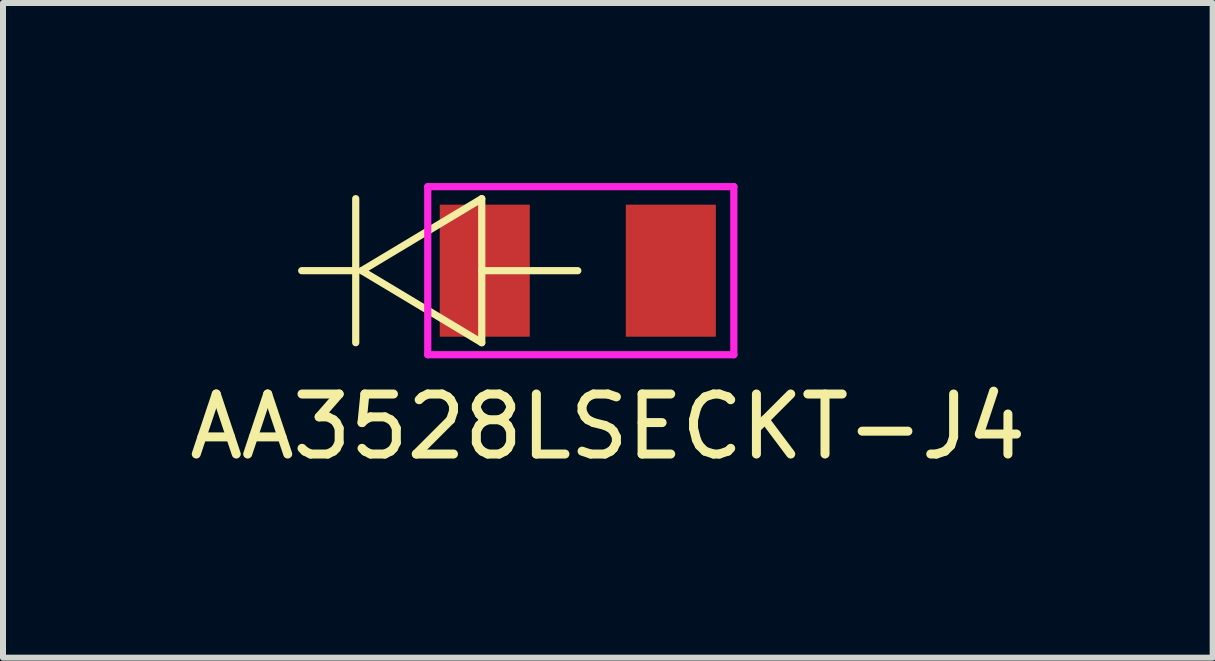
<source format=kicad_pcb>
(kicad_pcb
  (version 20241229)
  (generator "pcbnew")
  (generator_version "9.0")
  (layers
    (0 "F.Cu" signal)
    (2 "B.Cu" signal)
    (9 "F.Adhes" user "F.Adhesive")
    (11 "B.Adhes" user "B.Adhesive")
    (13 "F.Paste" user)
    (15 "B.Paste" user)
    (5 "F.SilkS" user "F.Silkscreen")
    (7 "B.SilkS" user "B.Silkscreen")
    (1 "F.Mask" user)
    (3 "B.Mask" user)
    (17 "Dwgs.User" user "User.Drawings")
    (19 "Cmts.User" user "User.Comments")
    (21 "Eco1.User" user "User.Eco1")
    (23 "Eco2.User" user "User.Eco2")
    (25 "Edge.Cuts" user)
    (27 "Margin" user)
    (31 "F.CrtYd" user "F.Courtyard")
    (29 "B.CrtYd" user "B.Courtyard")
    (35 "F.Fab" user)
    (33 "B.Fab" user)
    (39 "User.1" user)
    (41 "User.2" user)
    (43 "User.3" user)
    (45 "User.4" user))
  (footprint "AA3528LSECKT-J4"
    (layer "F.Cu")
    (at 6.577 1.46)
    (property "Reference" "AA3528LSECKT-J4" (at 0.5 2.6 0) (layer "F.SilkS") (effects (font (size 1 1) (thickness 0.15))))
    (attr through_hole)
    (fp_line (start -3.7 -1.2) (end -3.7 1.2) (stroke (width 0.12) (type solid)) (layer "F.SilkS"))
    (fp_line (start -3.7 0) (end -4.6 0) (stroke (width 0.12) (type solid)) (layer "F.SilkS"))
    (fp_line (start -3.6 0) (end -1.6 1.2) (stroke (width 0.12) (type solid)) (layer "F.SilkS"))
    (fp_line (start -1.6 -1.2) (end -3.6 0) (stroke (width 0.12) (type solid)) (layer "F.SilkS"))
    (fp_line (start -1.6 0) (end -1.6 -1.2) (stroke (width 0.12) (type solid)) (layer "F.SilkS"))
    (fp_line (start -1.6 1.2) (end -1.6 0) (stroke (width 0.12) (type solid)) (layer "F.SilkS"))
    (fp_line (start 0 0) (end -1.6 0) (stroke (width 0.12) (type solid)) (layer "F.SilkS"))
    (fp_line (start -2.5 -1.4) (end 2.6 -1.4) (stroke (width 0.12) (type solid)) (layer "F.CrtYd"))
    (fp_line (start -2.5 1.4) (end -2.5 -1.4) (stroke (width 0.12) (type solid)) (layer "F.CrtYd"))
    (fp_line (start 2.6 -1.4) (end 2.6 1.4) (stroke (width 0.12) (type solid)) (layer "F.CrtYd"))
    (fp_line (start 2.6 1.4) (end -2.5 1.4) (stroke (width 0.12) (type solid)) (layer "F.CrtYd"))
    (pad "1" smd rect (at -1.55 0) (size 1.5 2.2) (layers "F.Cu" "F.Mask" "F.Paste"))
    (pad "2" smd rect (at 1.55 0) (size 1.5 2.2) (layers "F.Cu" "F.Mask" "F.Paste")))
  (gr_rect
    (start -3 -3)
    (end 17.155 7.908)
    (stroke (width 0.1) (type default))
    (fill no)
    (layer "Edge.Cuts")))
</source>
